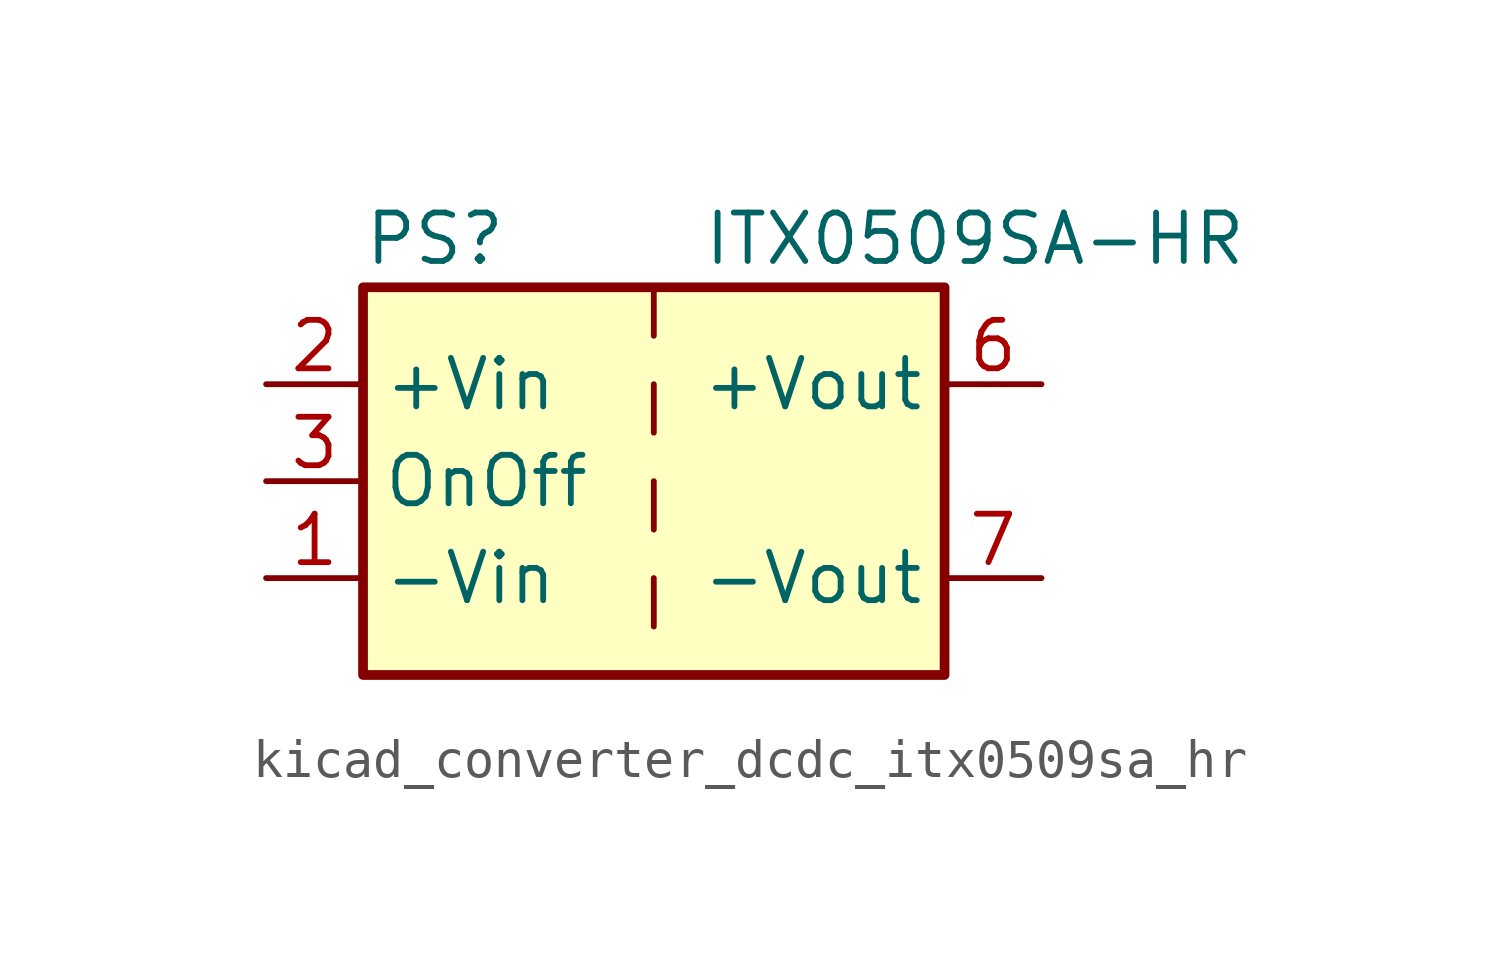
<source format=kicad_sym>
(kicad_symbol_lib
  (version 20220914)
  (generator kicad_symbol_editor)
  (symbol "kicad_converter_dcdc_itx0509sa_hr"
    (property "Reference" "PS"
      (at -7.62 6.35 0)
      (effects (font (size 1.27 1.27)) (justify left)))
    (property "Value" "ITX0509SA-HR"
      (at 1.27 6.35 0)
      (effects (font (size 1.27 1.27)) (justify left)))
    (symbol "kicad_converter_dcdc_itx0509sa_hr_0_0"
      (pin power_in line (at -10.16 -2.54 0) (length 2.54) (name "-Vin" (effects (font (size 1.27 1.27)))) (number "1" (effects (font (size 1.27 1.27)))))
      (pin power_in line (at -10.16 2.54 0) (length 2.54) (name "+Vin" (effects (font (size 1.27 1.27)))) (number "2" (effects (font (size 1.27 1.27)))))
      (pin input line (at -10.16 0 0) (length 2.54) (name "OnOff" (effects (font (size 1.27 1.27)))) (number "3" (effects (font (size 1.27 1.27)))))
      (pin no_connect line (at 0 5.08 270) (length 2.54) hide (name "NC" (effects (font (size 1.27 1.27)))) (number "5" (effects (font (size 1.27 1.27)))))
      (pin power_out line (at 10.16 2.54 180) (length 2.54) (name "+Vout" (effects (font (size 1.27 1.27)))) (number "6" (effects (font (size 1.27 1.27)))))
      (pin power_out line (at 10.16 -2.54 180) (length 2.54) (name "-Vout" (effects (font (size 1.27 1.27)))) (number "7" (effects (font (size 1.27 1.27)))))
      (pin no_connect line (at 7.62 0 180) (length 2.54) hide (name "NC" (effects (font (size 1.27 1.27)))) (number "8" (effects (font (size 1.27 1.27))))))
    (symbol "kicad_converter_dcdc_itx0509sa_hr_0_1"
      (rectangle (start -7.62 5.08) (end 7.62 -5.08) (stroke (width 0.254) (type default)) (fill (type background)))
      (polyline (pts (xy 0 -2.54) (xy 0 -3.81)) (stroke (width 0) (type default)) (fill (type none)))
      (polyline (pts (xy 0 0) (xy 0 -1.27)) (stroke (width 0) (type default)) (fill (type none)))
      (polyline (pts (xy 0 2.54) (xy 0 1.27)) (stroke (width 0) (type default)) (fill (type none)))
      (polyline (pts (xy 0 5.08) (xy 0 3.81)) (stroke (width 0) (type default)) (fill (type none))))))
</source>
